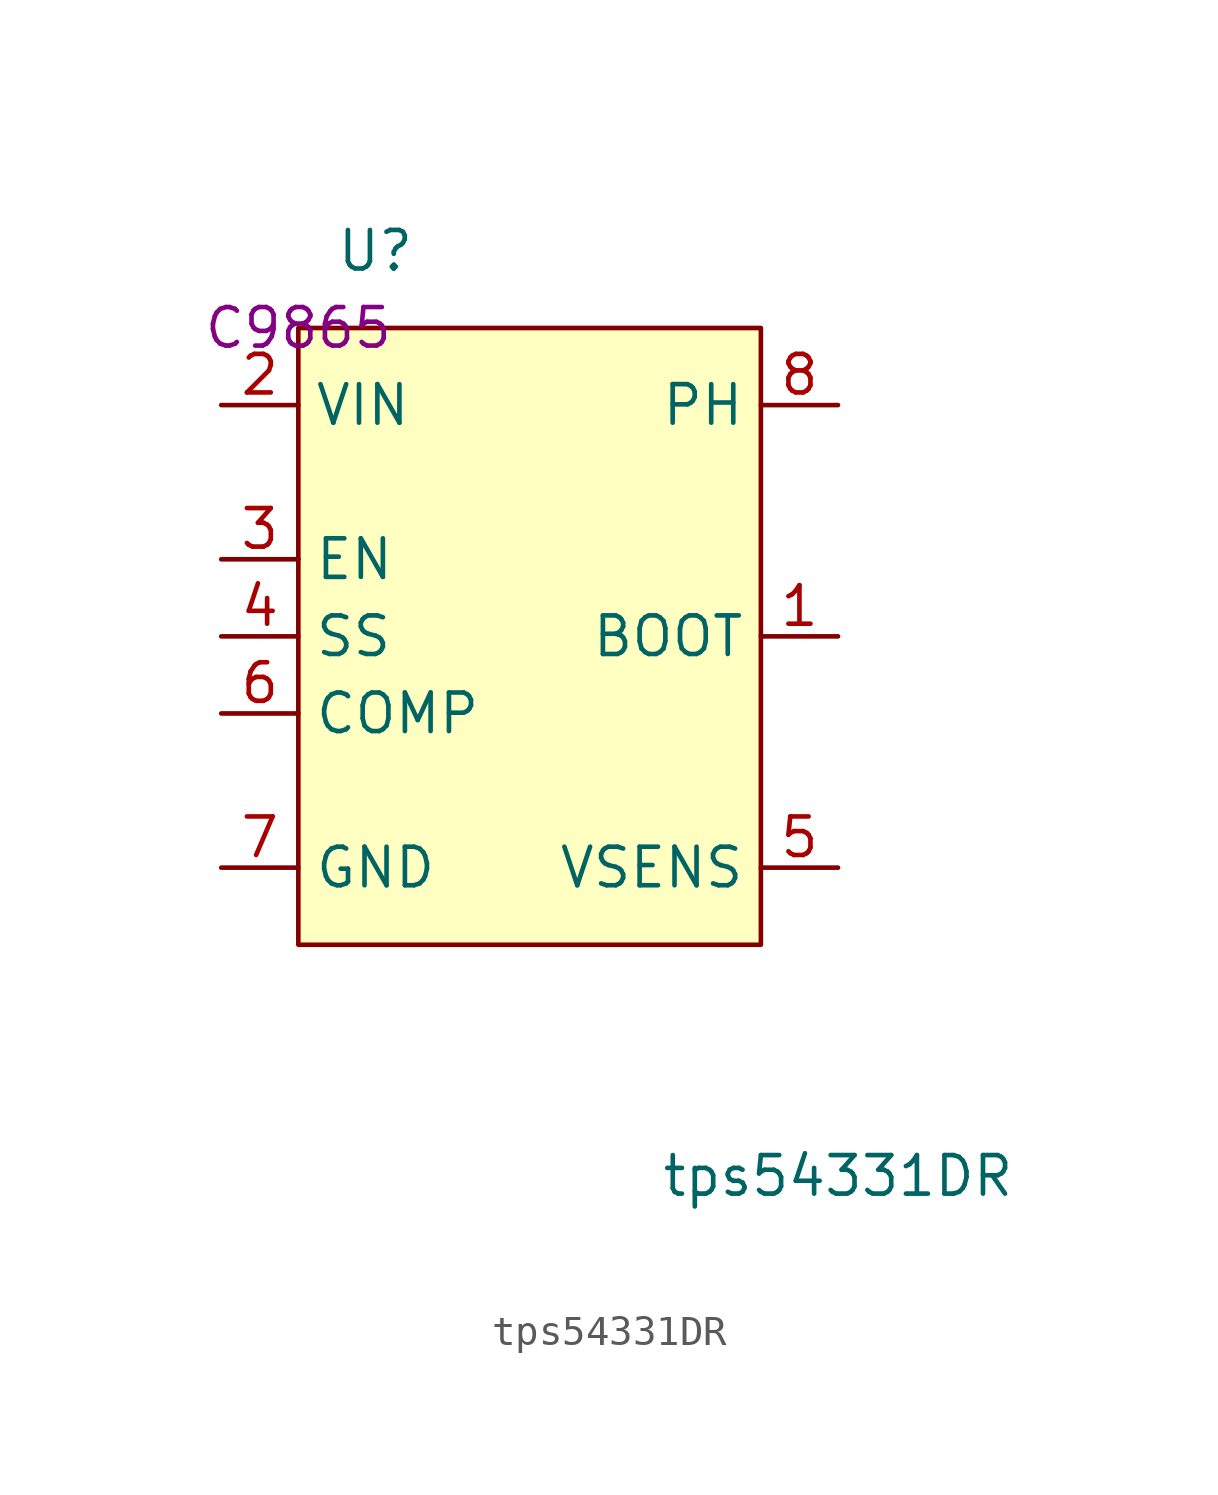
<source format=kicad_sym>
(kicad_symbol_lib
  (version 20211014)
  (generator kicad_symbol_editor)
  (symbol "tps54331DR"
    (property "Reference" "U"
      (at 2.54 2.54 0)
      (effects (font (size 1.27 1.27))))
    (property "Value" "tps54331DR"
      (at 17.78 -27.94 0)
      (effects (font (size 1.27 1.27))))
    (property "LCSC" "C9865"
      (at 0 0 0)
      (effects (font (size 1.27 1.27))))
    (symbol "tps54331DR_0_1"
      (rectangle (start 0 0) (end 15.24 -20.32) (stroke (width 0.152) (type default) (color 0 0 0 0)) (fill (type background))))
    (symbol "tps54331DR_1_1"
      (pin passive line (at 17.78 -10.16 180) (length 2.54) (name "BOOT" (effects (font (size 1.27 1.27)))) (number "1" (effects (font (size 1.27 1.27)))))
      (pin passive line (at -2.54 -2.54 0) (length 2.54) (name "VIN" (effects (font (size 1.27 1.27)))) (number "2" (effects (font (size 1.27 1.27)))))
      (pin passive line (at -2.54 -7.62 0) (length 2.54) (name "EN" (effects (font (size 1.27 1.27)))) (number "3" (effects (font (size 1.27 1.27)))))
      (pin passive line (at -2.54 -10.16 0) (length 2.54) (name "SS" (effects (font (size 1.27 1.27)))) (number "4" (effects (font (size 1.27 1.27)))))
      (pin passive line (at 17.78 -17.78 180) (length 2.54) (name "VSENS" (effects (font (size 1.27 1.27)))) (number "5" (effects (font (size 1.27 1.27)))))
      (pin passive line (at -2.54 -12.7 0) (length 2.54) (name "COMP" (effects (font (size 1.27 1.27)))) (number "6" (effects (font (size 1.27 1.27)))))
      (pin passive line (at -2.54 -17.78 0) (length 2.54) (name "GND" (effects (font (size 1.27 1.27)))) (number "7" (effects (font (size 1.27 1.27)))))
      (pin passive line (at 17.78 -2.54 180) (length 2.54) (name "PH" (effects (font (size 1.27 1.27)))) (number "8" (effects (font (size 1.27 1.27))))))))
</source>
